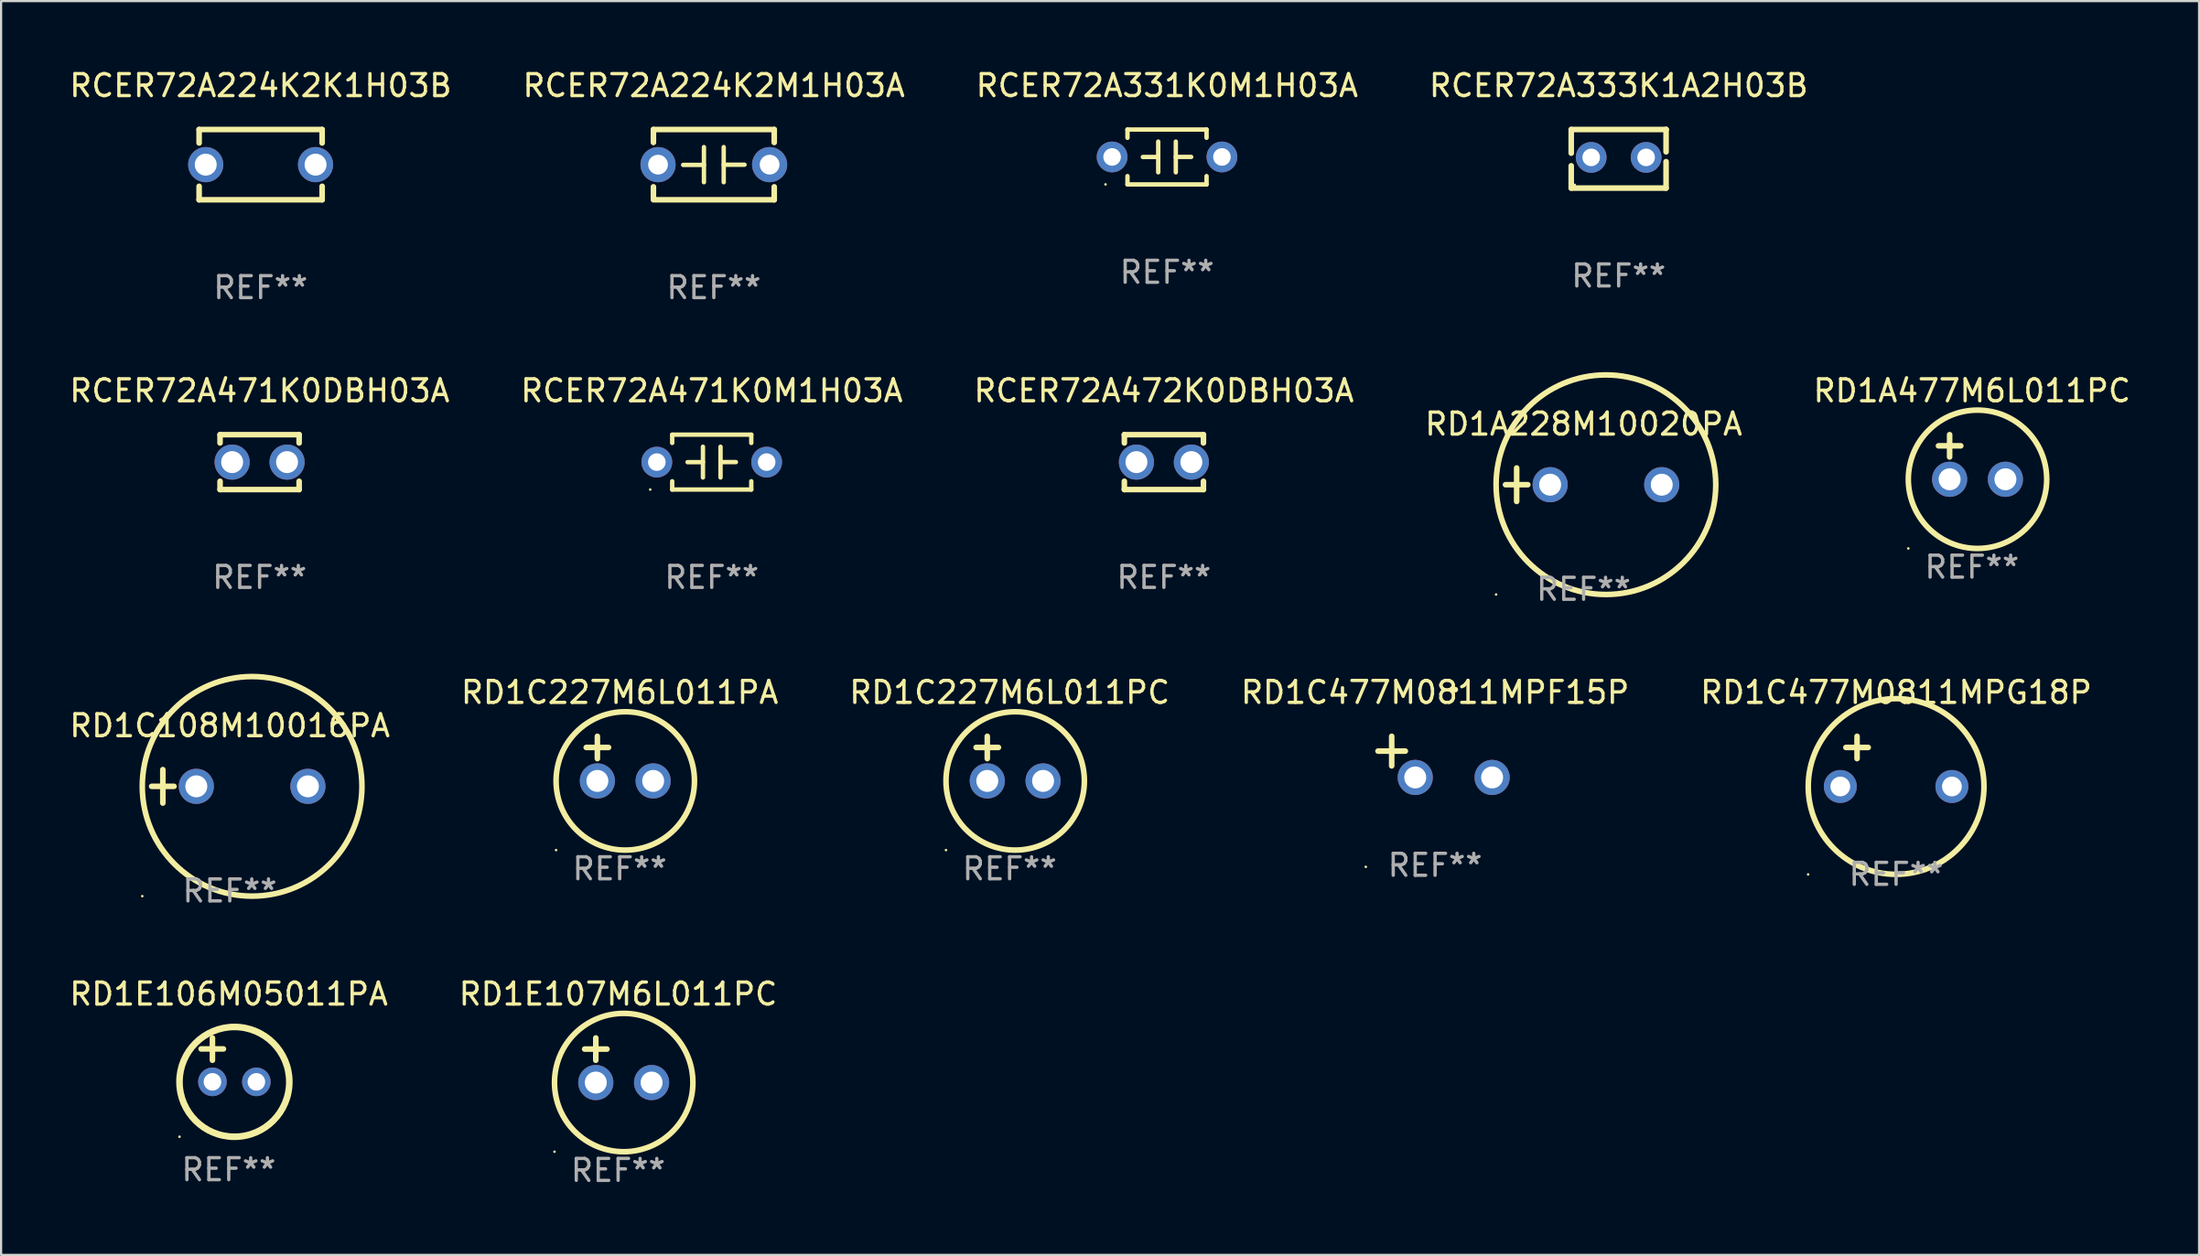
<source format=kicad_pcb>
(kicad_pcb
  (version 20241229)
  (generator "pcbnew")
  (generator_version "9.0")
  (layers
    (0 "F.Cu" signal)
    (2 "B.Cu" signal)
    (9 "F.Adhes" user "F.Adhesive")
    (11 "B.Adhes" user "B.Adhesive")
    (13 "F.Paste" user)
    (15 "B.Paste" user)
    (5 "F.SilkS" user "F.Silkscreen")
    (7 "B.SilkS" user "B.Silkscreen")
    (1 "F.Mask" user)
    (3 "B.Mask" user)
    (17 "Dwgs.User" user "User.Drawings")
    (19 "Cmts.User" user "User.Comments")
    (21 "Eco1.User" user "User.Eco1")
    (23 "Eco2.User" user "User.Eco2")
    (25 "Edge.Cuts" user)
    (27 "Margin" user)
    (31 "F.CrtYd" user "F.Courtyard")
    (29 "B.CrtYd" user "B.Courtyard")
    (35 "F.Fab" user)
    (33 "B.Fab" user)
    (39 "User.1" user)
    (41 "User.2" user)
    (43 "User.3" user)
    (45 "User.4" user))
  (footprint "RD1C227M6L011PA"
    (layer "F.Cu")
    (at 25.161 31.498)
    (property "Reference" "RD1C227M6L011PA" (at 0 -3.016 0) (layer "F.SilkS") (effects (font (size 1 1) (thickness 0.15))))
    (attr through_hole)
    (fp_line (start -1.524 -0.508) (end -0.508 -0.508) (stroke (width 0.254) (type solid)) (layer "F.SilkS"))
    (fp_line (start -1.016 -1.016) (end -1.016 0) (stroke (width 0.254) (type solid)) (layer "F.SilkS"))
    (fp_circle (center -2.896 4.166) (end -2.866 4.166) (stroke (width 0.06) (type solid)) (fill no) (layer "F.SilkS"))
    (fp_circle (center 0.254 1.016) (end 3.404 1.016) (stroke (width 0.254) (type solid)) (fill no) (layer "F.SilkS"))
    (fp_text user "REF**" (at 0 5.016 0) (layer "F.Fab") (effects (font (size 1 1) (thickness 0.15))))
    (pad "1" thru_hole circle (at -1.016 1.016) (size 1.6 1.6) (drill 1) (layers "*.Cu" "*.Mask"))
    (pad "2" thru_hole circle (at 1.524 1.016) (size 1.6 1.6) (drill 1) (layers "*.Cu" "*.Mask")))
  (footprint "RCER72A224K2K1H03B"
    (layer "F.Cu")
    (at 8.815 4.448)
    (property "Reference" "RCER72A224K2K1H03B" (at 0 -3.6 0) (layer "F.SilkS") (effects (font (size 1 1) (thickness 0.15))))
    (attr through_hole)
    (fp_line (start -2.8 -1.6) (end 2.8 -1.6) (stroke (width 0.254) (type solid)) (layer "F.SilkS"))
    (fp_line (start -2.8 -0.986) (end -2.8 -1.6) (stroke (width 0.254) (type solid)) (layer "F.SilkS"))
    (fp_line (start -2.8 1.6) (end -2.8 0.986) (stroke (width 0.254) (type solid)) (layer "F.SilkS"))
    (fp_line (start 2.8 -1.6) (end 2.8 -0.986) (stroke (width 0.254) (type solid)) (layer "F.SilkS"))
    (fp_line (start 2.8 0.986) (end 2.8 1.6) (stroke (width 0.254) (type solid)) (layer "F.SilkS"))
    (fp_line (start 2.8 1.6) (end -2.8 1.6) (stroke (width 0.254) (type solid)) (layer "F.SilkS"))
    (fp_circle (center -2.8 1.6) (end -2.77 1.6) (stroke (width 0.06) (type solid)) (fill no) (layer "F.SilkS"))
    (fp_text user "REF**" (at 0 5.6 0) (layer "F.Fab") (effects (font (size 1 1) (thickness 0.15))))
    (pad "1" thru_hole circle (at -2.5 0) (size 1.6 1.6) (drill 1) (layers "*.Cu" "*.Mask"))
    (pad "2" thru_hole circle (at 2.5 0) (size 1.6 1.6) (drill 1) (layers "*.Cu" "*.Mask")))
  (footprint "RCER72A472K0DBH03A"
    (layer "F.Cu")
    (at 49.935 17.995)
    (property "Reference" "RCER72A472K0DBH03A" (at 0 -3.25 0) (layer "F.SilkS") (effects (font (size 1 1) (thickness 0.15))))
    (attr through_hole)
    (fp_line (start -1.8 -1.25) (end -1.8 -0.872) (stroke (width 0.254) (type solid)) (layer "F.SilkS"))
    (fp_line (start -1.8 -1.25) (end 1.8 -1.25) (stroke (width 0.254) (type solid)) (layer "F.SilkS"))
    (fp_line (start -1.8 0.872) (end -1.8 1.25) (stroke (width 0.254) (type solid)) (layer "F.SilkS"))
    (fp_line (start -1.8 1.25) (end 1.8 1.25) (stroke (width 0.254) (type solid)) (layer "F.SilkS"))
    (fp_line (start 1.8 -1.25) (end 1.8 -0.872) (stroke (width 0.254) (type solid)) (layer "F.SilkS"))
    (fp_line (start 1.8 0.872) (end 1.8 1.25) (stroke (width 0.254) (type solid)) (layer "F.SilkS"))
    (fp_circle (center -1.8 1.25) (end -1.77 1.25) (stroke (width 0.06) (type solid)) (fill no) (layer "F.SilkS"))
    (fp_text user "REF**" (at 0 5.25 0) (layer "F.Fab") (effects (font (size 1 1) (thickness 0.15))))
    (pad "1" thru_hole circle (at -1.25 0) (size 1.6 1.6) (drill 1) (layers "*.Cu" "*.Mask"))
    (pad "2" thru_hole circle (at 1.25 0) (size 1.6 1.6) (drill 1) (layers "*.Cu" "*.Mask")))
  (footprint "RCER72A333K1A2H03B"
    (layer "F.Cu")
    (at 70.637 4.182)
    (property "Reference" "RCER72A333K1A2H03B" (at 0 -3.334 0) (layer "F.SilkS") (effects (font (size 1 1) (thickness 0.15))))
    (attr through_hole)
    (fp_line (start -2.159 -1.334) (end 2.159 -1.334) (stroke (width 0.254) (type solid)) (layer "F.SilkS"))
    (fp_line (start -2.159 -0.256) (end -2.159 -1.334) (stroke (width 0.254) (type solid)) (layer "F.SilkS"))
    (fp_line (start -2.159 1.334) (end -2.159 0.318) (stroke (width 0.254) (type solid)) (layer "F.SilkS"))
    (fp_line (start 2.159 -1.334) (end 2.159 -1.334) (stroke (width 0.254) (type solid)) (layer "F.SilkS"))
    (fp_line (start 2.159 -1.334) (end 2.159 -0.318) (stroke (width 0.254) (type solid)) (layer "F.SilkS"))
    (fp_line (start 2.159 0.129) (end 2.159 1.334) (stroke (width 0.254) (type solid)) (layer "F.SilkS"))
    (fp_line (start 2.159 1.334) (end -2.159 1.334) (stroke (width 0.254) (type solid)) (layer "F.SilkS"))
    (fp_circle (center -2 1.186) (end -1.97 1.186) (stroke (width 0.06) (type solid)) (fill no) (layer "F.SilkS"))
    (fp_text user "REF**" (at 0 5.334 0) (layer "F.Fab") (effects (font (size 1 1) (thickness 0.15))))
    (pad "1" thru_hole circle (at -1.25 -0.064) (size 1.4 1.4) (drill 0.8) (layers "*.Cu" "*.Mask"))
    (pad "2" thru_hole circle (at 1.25 -0.064) (size 1.4 1.4) (drill 0.8) (layers "*.Cu" "*.Mask")))
  (footprint "RD1C477M0811MPF15P"
    (layer "F.Cu")
    (at 62.28 31.419)
    (property "Reference" "RD1C477M0811MPF15P" (at 0 -2.937 0) (layer "F.SilkS") (effects (font (size 1 1) (thickness 0.15))))
    (attr through_hole)
    (fp_line (start -1.975 0.41) (end -1.975 -0.937) (stroke (width 0.254) (type solid)) (layer "F.SilkS"))
    (fp_line (start -1.353 -0.263) (end -2.597 -0.263) (stroke (width 0.254) (type solid)) (layer "F.SilkS"))
    (fp_arc (start 0.849809 -3.063957) (mid 0.885369 -3.064114) (end 0.920929 -3.063957) (stroke (width 0.254001) (type solid)) (layer "F.SilkS"))
    (fp_circle (center -3.154 5.008) (end -3.124 5.008) (stroke (width 0.06) (type solid)) (fill no) (layer "F.SilkS"))
    (fp_text user "REF**" (at 0 4.937 0) (layer "F.Fab") (effects (font (size 1 1) (thickness 0.15))))
    (pad "1" thru_hole circle (at -0.903 0.937) (size 1.6 1.6) (drill 1) (layers "*.Cu" "*.Mask"))
    (pad "2" thru_hole circle (at 2.597 0.937) (size 1.6 1.6) (drill 1) (layers "*.Cu" "*.Mask")))
  (footprint "RCER72A471K0M1H03A"
    (layer "F.Cu")
    (at 29.351 17.995)
    (property "Reference" "RCER72A471K0M1H03A" (at 0 -3.25 0) (layer "F.SilkS") (effects (font (size 1 1) (thickness 0.15))))
    (attr through_hole)
    (fp_line (start -1.8 -1.25) (end -1.8 -0.872) (stroke (width 0.2) (type solid)) (layer "F.SilkS"))
    (fp_line (start -1.8 -1.25) (end 1.8 -1.25) (stroke (width 0.2) (type solid)) (layer "F.SilkS"))
    (fp_line (start -1.8 0.872) (end -1.8 1.25) (stroke (width 0.2) (type solid)) (layer "F.SilkS"))
    (fp_line (start -1.8 1.25) (end 1.8 1.25) (stroke (width 0.2) (type solid)) (layer "F.SilkS"))
    (fp_line (start -0.4 -0.7) (end -0.4 0.7) (stroke (width 0.2) (type solid)) (layer "F.SilkS"))
    (fp_line (start -0.4 0.002) (end -1.1 0.002) (stroke (width 0.2) (type solid)) (layer "F.SilkS"))
    (fp_line (start 0.4 -0.001) (end 1.1 -0.001) (stroke (width 0.2) (type solid)) (layer "F.SilkS"))
    (fp_line (start 0.4 0.7) (end 0.4 -0.7) (stroke (width 0.2) (type solid)) (layer "F.SilkS"))
    (fp_line (start 1.8 -1.25) (end 1.8 -0.872) (stroke (width 0.2) (type solid)) (layer "F.SilkS"))
    (fp_line (start 1.8 0.872) (end 1.8 1.25) (stroke (width 0.2) (type solid)) (layer "F.SilkS"))
    (fp_circle (center -2.8 1.25) (end -2.77 1.25) (stroke (width 0.06) (type solid)) (fill no) (layer "F.SilkS"))
    (fp_text user "REF**" (at 0 5.25 0) (layer "F.Fab") (effects (font (size 1 1) (thickness 0.15))))
    (pad "1" thru_hole circle (at -2.5 0) (size 1.4 1.4) (drill 0.8) (layers "*.Cu" "*.Mask"))
    (pad "2" thru_hole circle (at 2.5 0) (size 1.4 1.4) (drill 0.8) (layers "*.Cu" "*.Mask")))
  (footprint "RD1C108M10016PA"
    (layer "F.Cu")
    (at 7.411 32.761)
    (property "Reference" "RD1C108M10016PA" (at 0 -2.762 0) (layer "F.SilkS") (effects (font (size 1 1) (thickness 0.15))))
    (attr through_hole)
    (fp_line (start -3.556 0) (end -2.54 0) (stroke (width 0.254) (type solid)) (layer "F.SilkS"))
    (fp_line (start -3.048 -0.762) (end -3.048 0.762) (stroke (width 0.254) (type solid)) (layer "F.SilkS"))
    (fp_circle (center -3.984 5) (end -3.954 5) (stroke (width 0.06) (type solid)) (fill no) (layer "F.SilkS"))
    (fp_circle (center 1.016 0) (end 6.016 0) (stroke (width 0.254) (type solid)) (fill no) (layer "F.SilkS"))
    (fp_text user "REF**" (at 0 4.762 0) (layer "F.Fab") (effects (font (size 1 1) (thickness 0.15))))
    (pad "1" thru_hole circle (at -1.524 0) (size 1.6 1.6) (drill 1) (layers "*.Cu" "*.Mask"))
    (pad "2" thru_hole circle (at 3.556 0) (size 1.6 1.6) (drill 1) (layers "*.Cu" "*.Mask")))
  (footprint "RD1C477M0811MPG18P"
    (layer "F.Cu")
    (at 83.268 31.625)
    (property "Reference" "RD1C477M0811MPG18P" (at 0 -3.143 0) (layer "F.SilkS") (effects (font (size 1 1) (thickness 0.15))))
    (attr through_hole)
    (fp_line (start -2.286 -0.635) (end -1.27 -0.635) (stroke (width 0.254) (type solid)) (layer "F.SilkS"))
    (fp_line (start -1.778 -1.143) (end -1.778 -0.127) (stroke (width 0.254) (type solid)) (layer "F.SilkS"))
    (fp_circle (center -4.005 5.148) (end -3.975 5.148) (stroke (width 0.06) (type solid)) (fill no) (layer "F.SilkS"))
    (fp_circle (center 0 1.143) (end 4 1.143) (stroke (width 0.254) (type solid)) (fill no) (layer "F.SilkS"))
    (fp_text user "REF**" (at 0 5.143 0) (layer "F.Fab") (effects (font (size 1 1) (thickness 0.15))))
    (pad "1" thru_hole circle (at -2.54 1.143) (size 1.5 1.5) (drill 0.9) (layers "*.Cu" "*.Mask"))
    (pad "2" thru_hole circle (at 2.54 1.143) (size 1.5 1.5) (drill 0.9) (layers "*.Cu" "*.Mask")))
  (footprint "RD1E107M6L011PC"
    (layer "F.Cu")
    (at 25.089 45.235)
    (property "Reference" "RD1E107M6L011PC" (at 0 -3.016 0) (layer "F.SilkS") (effects (font (size 1 1) (thickness 0.15))))
    (attr through_hole)
    (fp_line (start -1.524 -0.508) (end -0.508 -0.508) (stroke (width 0.254) (type solid)) (layer "F.SilkS"))
    (fp_line (start -1.016 -1.016) (end -1.016 0) (stroke (width 0.254) (type solid)) (layer "F.SilkS"))
    (fp_circle (center -2.896 4.166) (end -2.866 4.166) (stroke (width 0.06) (type solid)) (fill no) (layer "F.SilkS"))
    (fp_circle (center 0.254 1.016) (end 3.404 1.016) (stroke (width 0.254) (type solid)) (fill no) (layer "F.SilkS"))
    (fp_text user "REF**" (at 0 5.016 0) (layer "F.Fab") (effects (font (size 1 1) (thickness 0.15))))
    (pad "1" thru_hole circle (at -1.016 1.016) (size 1.6 1.6) (drill 1) (layers "*.Cu" "*.Mask"))
    (pad "2" thru_hole circle (at 1.524 1.016) (size 1.6 1.6) (drill 1) (layers "*.Cu" "*.Mask")))
  (footprint "RD1A228M10020PA"
    (layer "F.Cu")
    (at 69.042 19.024)
    (property "Reference" "RD1A228M10020PA" (at 0 -2.762 0) (layer "F.SilkS") (effects (font (size 1 1) (thickness 0.15))))
    (attr through_hole)
    (fp_line (start -3.556 0) (end -2.54 0) (stroke (width 0.254) (type solid)) (layer "F.SilkS"))
    (fp_line (start -3.048 -0.762) (end -3.048 0.762) (stroke (width 0.254) (type solid)) (layer "F.SilkS"))
    (fp_circle (center -3.984 5) (end -3.954 5) (stroke (width 0.06) (type solid)) (fill no) (layer "F.SilkS"))
    (fp_circle (center 1.016 0) (end 6.016 0) (stroke (width 0.254) (type solid)) (fill no) (layer "F.SilkS"))
    (fp_text user "REF**" (at 0 4.762 0) (layer "F.Fab") (effects (font (size 1 1) (thickness 0.15))))
    (pad "1" thru_hole circle (at -1.524 0) (size 1.6 1.6) (drill 1) (layers "*.Cu" "*.Mask"))
    (pad "2" thru_hole circle (at 3.556 0) (size 1.6 1.6) (drill 1) (layers "*.Cu" "*.Mask")))
  (footprint "RCER72A224K2M1H03A"
    (layer "F.Cu")
    (at 29.446 4.448)
    (property "Reference" "RCER72A224K2M1H03A" (at 0 -3.6 0) (layer "F.SilkS") (effects (font (size 1 1) (thickness 0.15))))
    (attr through_hole)
    (fp_line (start -2.75 -1.6) (end -2.75 -1.009) (stroke (width 0.254) (type solid)) (layer "F.SilkS"))
    (fp_line (start -2.75 -1.6) (end 2.75 -1.6) (stroke (width 0.254) (type solid)) (layer "F.SilkS"))
    (fp_line (start -2.75 1.009) (end -2.75 1.524) (stroke (width 0.254) (type solid)) (layer "F.SilkS"))
    (fp_line (start -2.75 1.6) (end 2.75 1.6) (stroke (width 0.254) (type solid)) (layer "F.SilkS"))
    (fp_line (start -0.45 -0.8) (end -0.45 0.8) (stroke (width 0.2) (type solid)) (layer "F.SilkS"))
    (fp_line (start -0.45 0.013) (end -1.397 0.013) (stroke (width 0.2) (type solid)) (layer "F.SilkS"))
    (fp_line (start 0.45 0.003) (end 1.397 0.003) (stroke (width 0.2) (type solid)) (layer "F.SilkS"))
    (fp_line (start 0.45 0.8) (end 0.45 -0.8) (stroke (width 0.2) (type solid)) (layer "F.SilkS"))
    (fp_line (start 2.75 -1.6) (end 2.75 -1.009) (stroke (width 0.254) (type solid)) (layer "F.SilkS"))
    (fp_line (start 2.75 1.009) (end 2.75 1.6) (stroke (width 0.254) (type solid)) (layer "F.SilkS"))
    (fp_circle (center -2.79 1.6) (end -2.76 1.6) (stroke (width 0.06) (type solid)) (fill no) (layer "F.SilkS"))
    (fp_text user "REF**" (at 0 5.6 0) (layer "F.Fab") (effects (font (size 1 1) (thickness 0.15))))
    (pad "1" thru_hole circle (at -2.54 0) (size 1.6 1.6) (drill 0.9) (layers "*.Cu" "*.Mask"))
    (pad "2" thru_hole circle (at 2.54 0) (size 1.6 1.6) (drill 0.9) (layers "*.Cu" "*.Mask")))
  (footprint "RD1E106M05011PA"
    (layer "F.Cu")
    (at 7.363 45.219)
    (property "Reference" "RD1E106M05011PA" (at 0 -3 0) (layer "F.SilkS") (effects (font (size 1 1) (thickness 0.15))))
    (attr through_hole)
    (fp_line (start -1.258 -0.5) (end -0.242 -0.5) (stroke (width 0.254) (type solid)) (layer "F.SilkS"))
    (fp_line (start -0.742 -1) (end -0.742 0.016) (stroke (width 0.254) (type solid)) (layer "F.SilkS"))
    (fp_circle (center -2.242 3.5) (end -2.212 3.5) (stroke (width 0.06) (type solid)) (fill no) (layer "F.SilkS"))
    (fp_circle (center 0.258 1) (end 2.758 1) (stroke (width 0.3) (type solid)) (fill no) (layer "F.SilkS"))
    (fp_text user "REF**" (at 0 5 0) (layer "F.Fab") (effects (font (size 1 1) (thickness 0.15))))
    (pad "1" thru_hole circle (at -0.742 1) (size 1.3 1.3) (drill 0.8) (layers "*.Cu" "*.Mask"))
    (pad "2" thru_hole circle (at 1.258 1) (size 1.3 1.3) (drill 0.8) (layers "*.Cu" "*.Mask")))
  (footprint "RD1C227M6L011PC"
    (layer "F.Cu")
    (at 42.911 31.498)
    (property "Reference" "RD1C227M6L011PC" (at 0 -3.016 0) (layer "F.SilkS") (effects (font (size 1 1) (thickness 0.15))))
    (attr through_hole)
    (fp_line (start -1.524 -0.508) (end -0.508 -0.508) (stroke (width 0.254) (type solid)) (layer "F.SilkS"))
    (fp_line (start -1.016 -1.016) (end -1.016 0) (stroke (width 0.254) (type solid)) (layer "F.SilkS"))
    (fp_circle (center -2.896 4.166) (end -2.866 4.166) (stroke (width 0.06) (type solid)) (fill no) (layer "F.SilkS"))
    (fp_circle (center 0.254 1.016) (end 3.404 1.016) (stroke (width 0.254) (type solid)) (fill no) (layer "F.SilkS"))
    (fp_text user "REF**" (at 0 5.016 0) (layer "F.Fab") (effects (font (size 1 1) (thickness 0.15))))
    (pad "1" thru_hole circle (at -1.016 1.016) (size 1.6 1.6) (drill 1) (layers "*.Cu" "*.Mask"))
    (pad "2" thru_hole circle (at 1.524 1.016) (size 1.6 1.6) (drill 1) (layers "*.Cu" "*.Mask")))
  (footprint "RCER72A331K0M1H03A"
    (layer "F.Cu")
    (at 50.077 4.098)
    (property "Reference" "RCER72A331K0M1H03A" (at 0 -3.25 0) (layer "F.SilkS") (effects (font (size 1 1) (thickness 0.15))))
    (attr through_hole)
    (fp_line (start -1.8 -1.25) (end -1.8 -0.872) (stroke (width 0.2) (type solid)) (layer "F.SilkS"))
    (fp_line (start -1.8 -1.25) (end 1.8 -1.25) (stroke (width 0.2) (type solid)) (layer "F.SilkS"))
    (fp_line (start -1.8 0.872) (end -1.8 1.25) (stroke (width 0.2) (type solid)) (layer "F.SilkS"))
    (fp_line (start -1.8 1.25) (end 1.8 1.25) (stroke (width 0.2) (type solid)) (layer "F.SilkS"))
    (fp_line (start -0.4 -0.7) (end -0.4 0.7) (stroke (width 0.2) (type solid)) (layer "F.SilkS"))
    (fp_line (start -0.4 0.002) (end -1.1 0.002) (stroke (width 0.2) (type solid)) (layer "F.SilkS"))
    (fp_line (start 0.4 -0.001) (end 1.1 -0.001) (stroke (width 0.2) (type solid)) (layer "F.SilkS"))
    (fp_line (start 0.4 0.7) (end 0.4 -0.7) (stroke (width 0.2) (type solid)) (layer "F.SilkS"))
    (fp_line (start 1.8 -1.25) (end 1.8 -0.872) (stroke (width 0.2) (type solid)) (layer "F.SilkS"))
    (fp_line (start 1.8 0.872) (end 1.8 1.25) (stroke (width 0.2) (type solid)) (layer "F.SilkS"))
    (fp_circle (center -2.8 1.25) (end -2.77 1.25) (stroke (width 0.06) (type solid)) (fill no) (layer "F.SilkS"))
    (fp_text user "REF**" (at 0 5.25 0) (layer "F.Fab") (effects (font (size 1 1) (thickness 0.15))))
    (pad "1" thru_hole circle (at -2.5 0) (size 1.4 1.4) (drill 0.8) (layers "*.Cu" "*.Mask"))
    (pad "2" thru_hole circle (at 2.5 0) (size 1.4 1.4) (drill 0.8) (layers "*.Cu" "*.Mask")))
  (footprint "RCER72A471K0DBH03A"
    (layer "F.Cu")
    (at 8.768 17.995)
    (property "Reference" "RCER72A471K0DBH03A" (at 0 -3.25 0) (layer "F.SilkS") (effects (font (size 1 1) (thickness 0.15))))
    (attr through_hole)
    (fp_line (start -1.8 -1.25) (end -1.8 -0.872) (stroke (width 0.254) (type solid)) (layer "F.SilkS"))
    (fp_line (start -1.8 -1.25) (end 1.8 -1.25) (stroke (width 0.254) (type solid)) (layer "F.SilkS"))
    (fp_line (start -1.8 0.872) (end -1.8 1.25) (stroke (width 0.254) (type solid)) (layer "F.SilkS"))
    (fp_line (start -1.8 1.25) (end 1.8 1.25) (stroke (width 0.254) (type solid)) (layer "F.SilkS"))
    (fp_line (start 1.8 -1.25) (end 1.8 -0.872) (stroke (width 0.254) (type solid)) (layer "F.SilkS"))
    (fp_line (start 1.8 0.872) (end 1.8 1.25) (stroke (width 0.254) (type solid)) (layer "F.SilkS"))
    (fp_circle (center -1.8 1.25) (end -1.77 1.25) (stroke (width 0.06) (type solid)) (fill no) (layer "F.SilkS"))
    (fp_text user "REF**" (at 0 5.25 0) (layer "F.Fab") (effects (font (size 1 1) (thickness 0.15))))
    (pad "1" thru_hole circle (at -1.25 0) (size 1.6 1.6) (drill 1) (layers "*.Cu" "*.Mask"))
    (pad "2" thru_hole circle (at 1.25 0) (size 1.6 1.6) (drill 1) (layers "*.Cu" "*.Mask")))
  (footprint "RD1A477M6L011PC"
    (layer "F.Cu")
    (at 86.72 17.761)
    (property "Reference" "RD1A477M6L011PC" (at 0 -3.016 0) (layer "F.SilkS") (effects (font (size 1 1) (thickness 0.15))))
    (attr through_hole)
    (fp_line (start -1.524 -0.508) (end -0.508 -0.508) (stroke (width 0.254) (type solid)) (layer "F.SilkS"))
    (fp_line (start -1.016 -1.016) (end -1.016 0) (stroke (width 0.254) (type solid)) (layer "F.SilkS"))
    (fp_circle (center -2.896 4.166) (end -2.866 4.166) (stroke (width 0.06) (type solid)) (fill no) (layer "F.SilkS"))
    (fp_circle (center 0.254 1.016) (end 3.404 1.016) (stroke (width 0.254) (type solid)) (fill no) (layer "F.SilkS"))
    (fp_text user "REF**" (at 0 5.016 0) (layer "F.Fab") (effects (font (size 1 1) (thickness 0.15))))
    (pad "1" thru_hole circle (at -1.016 1.016) (size 1.6 1.6) (drill 1) (layers "*.Cu" "*.Mask"))
    (pad "2" thru_hole circle (at 1.524 1.016) (size 1.6 1.6) (drill 1) (layers "*.Cu" "*.Mask")))
  (gr_rect
    (start -3 -3)
    (end 97.06 54.1)
    (stroke (width 0.1) (type default))
    (fill no)
    (layer "Edge.Cuts")))
</source>
